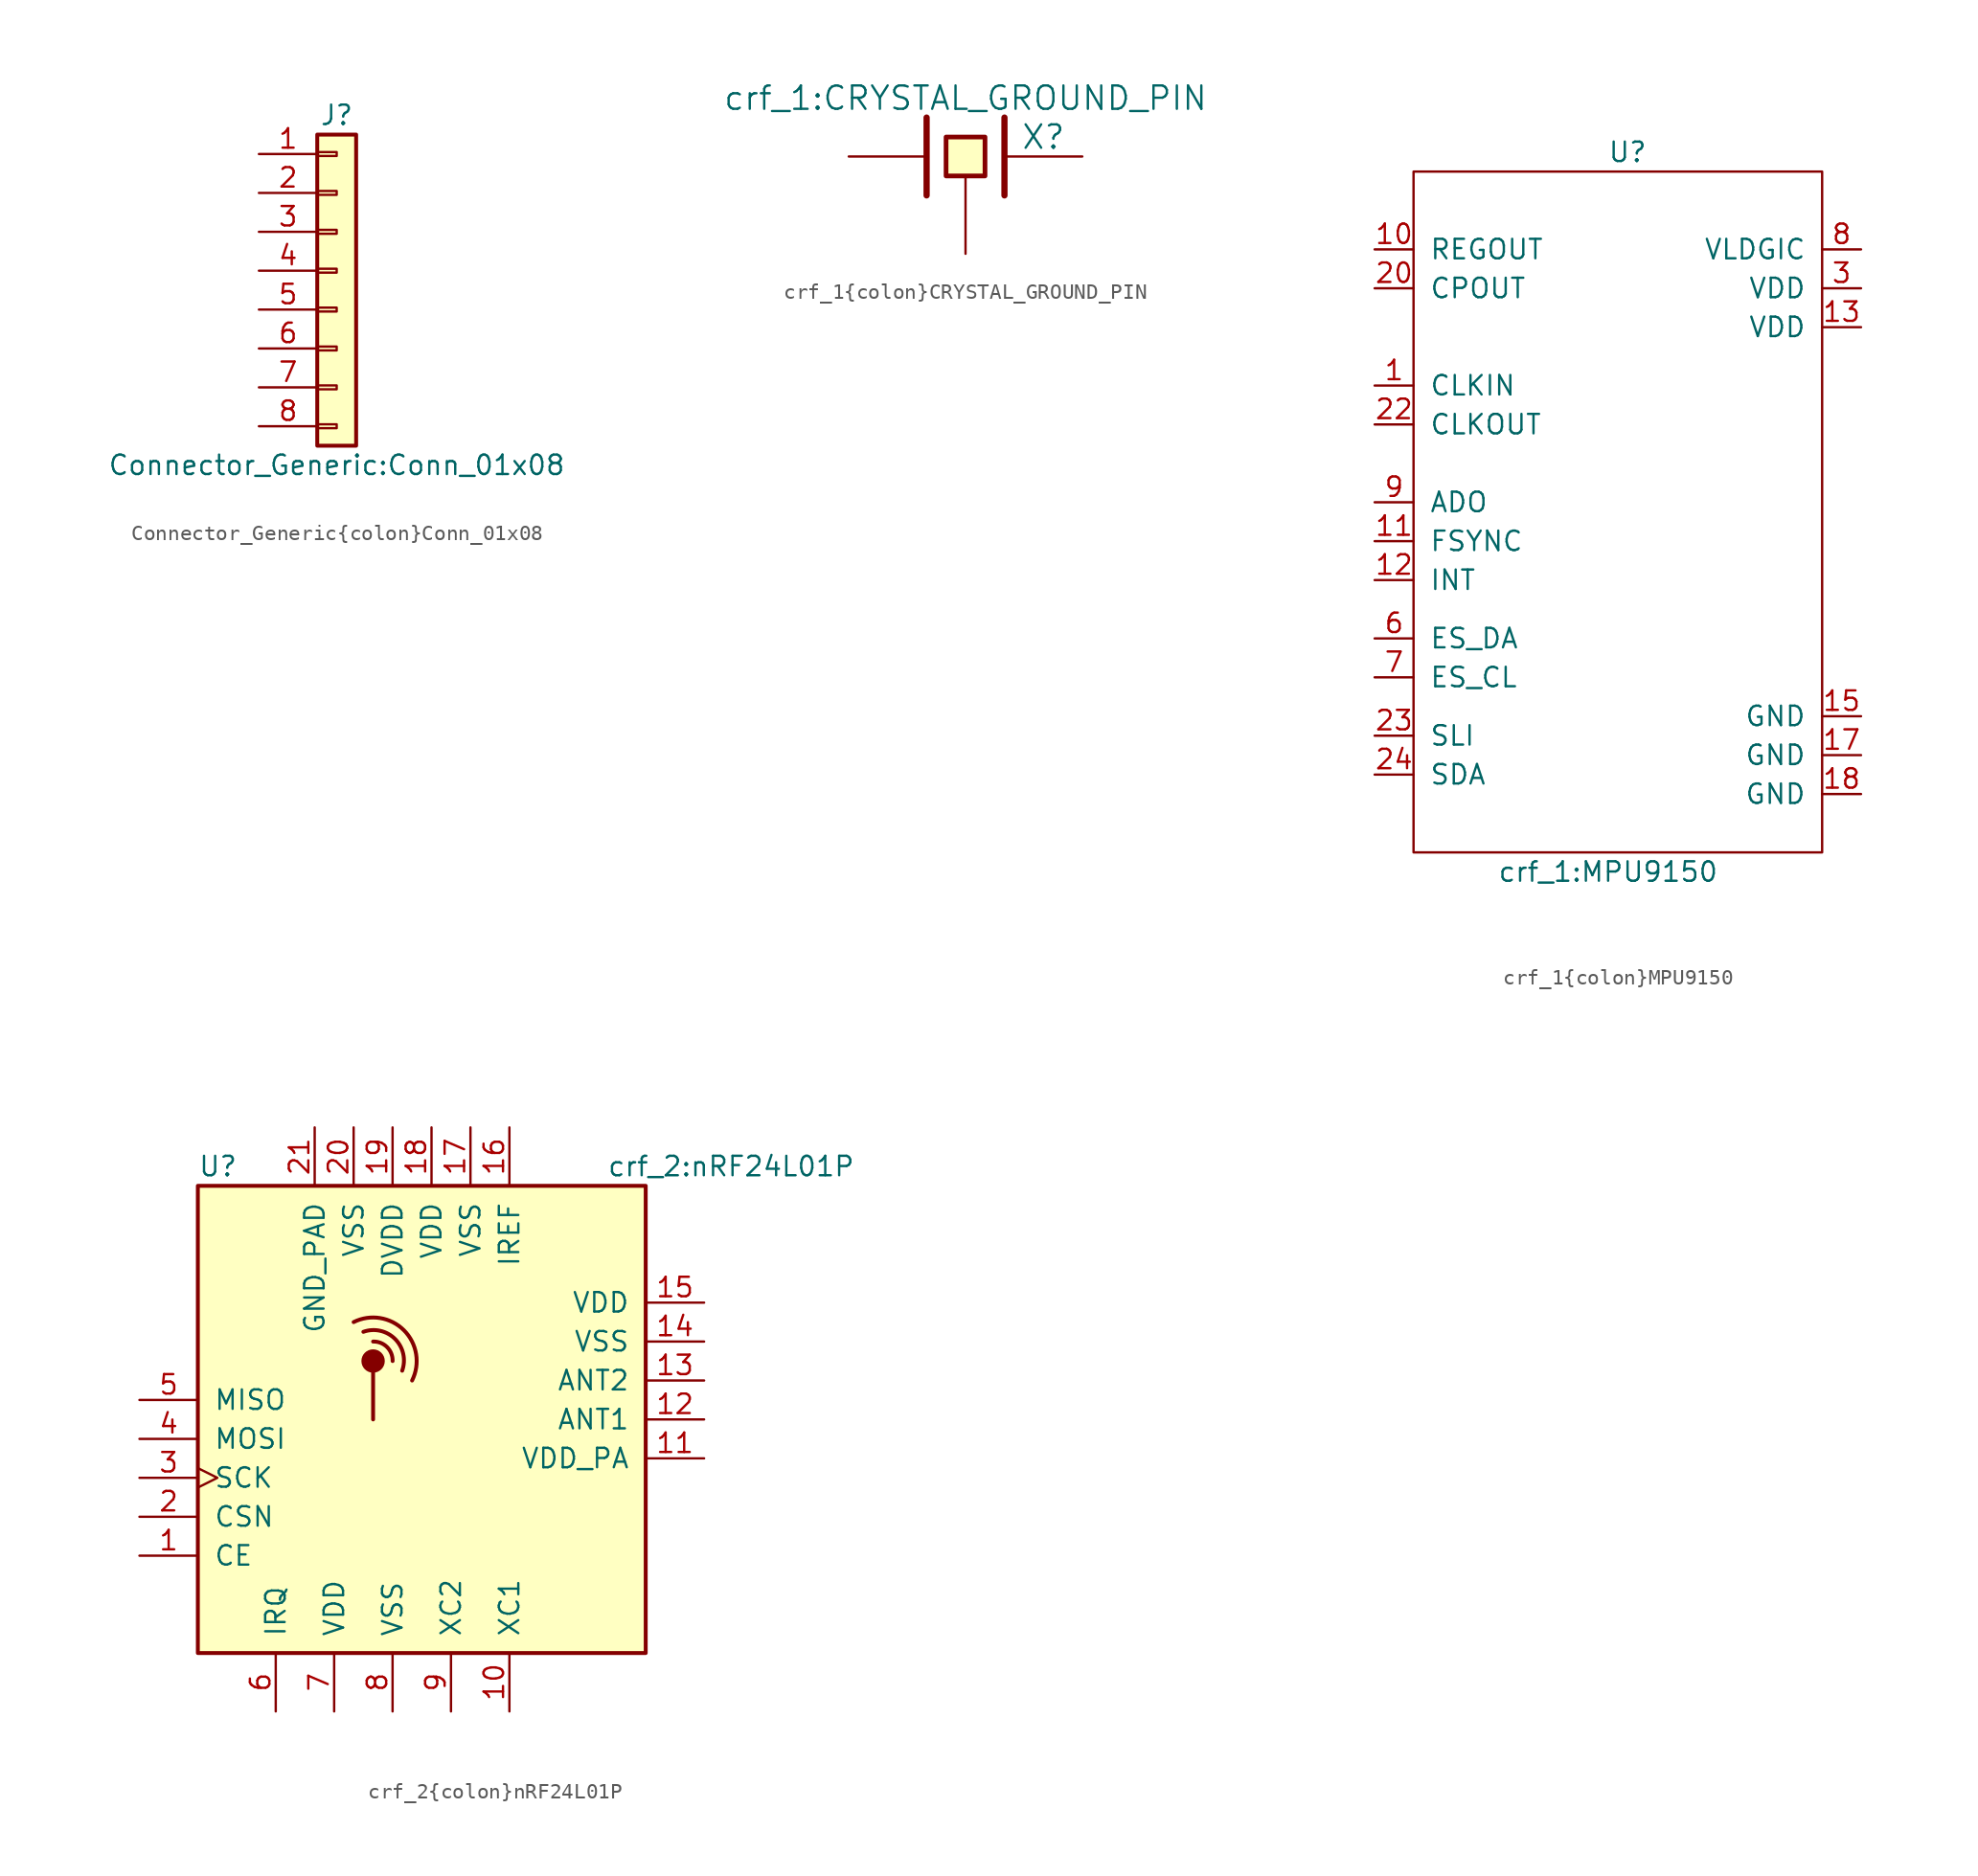
<source format=kicad_sym>
(kicad_symbol_lib
  (version 20231120)
  (generator "kicad_symbol_editor")
  (generator_version "8.0")
  (symbol "Connector_Generic{colon}Conn_01x08"
    (pin_names
      (offset 1.016) hide)
    (property "Reference" "J"
      (at 0 10.16 0)
      (effects (font (size 1.27 1.27))))
    (property "Value" "Connector_Generic:Conn_01x08"
      (at 0 -12.7 0)
      (effects (font (size 1.27 1.27))))
    (symbol "Connector_Generic{colon}Conn_01x08_1_1"
      (rectangle (start -1.27 -10.033) (end 0 -10.287) (stroke (width 0.152) (type solid)) (fill (type none)))
      (rectangle (start -1.27 -7.493) (end 0 -7.747) (stroke (width 0.152) (type solid)) (fill (type none)))
      (rectangle (start -1.27 -4.953) (end 0 -5.207) (stroke (width 0.152) (type solid)) (fill (type none)))
      (rectangle (start -1.27 -2.413) (end 0 -2.667) (stroke (width 0.152) (type solid)) (fill (type none)))
      (rectangle (start -1.27 0.127) (end 0 -0.127) (stroke (width 0.152) (type solid)) (fill (type none)))
      (rectangle (start -1.27 2.667) (end 0 2.413) (stroke (width 0.152) (type solid)) (fill (type none)))
      (rectangle (start -1.27 5.207) (end 0 4.953) (stroke (width 0.152) (type solid)) (fill (type none)))
      (rectangle (start -1.27 7.747) (end 0 7.493) (stroke (width 0.152) (type solid)) (fill (type none)))
      (rectangle (start -1.27 8.89) (end 1.27 -11.43) (stroke (width 0.254) (type solid)) (fill (type background)))
      (pin passive line (at -5.08 7.62 0) (length 3.81) (name "Pin_1" (effects (font (size 1.27 1.27)))) (number "1" (effects (font (size 1.27 1.27)))))
      (pin passive line (at -5.08 5.08 0) (length 3.81) (name "Pin_2" (effects (font (size 1.27 1.27)))) (number "2" (effects (font (size 1.27 1.27)))))
      (pin passive line (at -5.08 2.54 0) (length 3.81) (name "Pin_3" (effects (font (size 1.27 1.27)))) (number "3" (effects (font (size 1.27 1.27)))))
      (pin passive line (at -5.08 0 0) (length 3.81) (name "Pin_4" (effects (font (size 1.27 1.27)))) (number "4" (effects (font (size 1.27 1.27)))))
      (pin passive line (at -5.08 -2.54 0) (length 3.81) (name "Pin_5" (effects (font (size 1.27 1.27)))) (number "5" (effects (font (size 1.27 1.27)))))
      (pin passive line (at -5.08 -5.08 0) (length 3.81) (name "Pin_6" (effects (font (size 1.27 1.27)))) (number "6" (effects (font (size 1.27 1.27)))))
      (pin passive line (at -5.08 -7.62 0) (length 3.81) (name "Pin_7" (effects (font (size 1.27 1.27)))) (number "7" (effects (font (size 1.27 1.27)))))
      (pin passive line (at -5.08 -10.16 0) (length 3.81) (name "Pin_8" (effects (font (size 1.27 1.27)))) (number "8" (effects (font (size 1.27 1.27)))))))
  (symbol "crf_1{colon}CRYSTAL_GROUND_PIN"
    (pin_numbers hide)
    (pin_names
      (offset 1.016) hide)
    (property "Reference" "X"
      (at 5.08 1.27 0)
      (effects (font (size 1.524 1.524))))
    (property "Value" "crf_1:CRYSTAL_GROUND_PIN"
      (at 0 3.81 0)
      (effects (font (size 1.524 1.524))))
    (property "Footprint" ""
      (at 0 0 0)
      (effects (font (size 1.524 1.524))))
    (property "Datasheet" ""
      (at 0 0 0)
      (effects (font (size 1.524 1.524))))
    (symbol "crf_1{colon}CRYSTAL_GROUND_PIN_0_1"
      (polyline (pts (xy -2.54 2.54) (xy -2.54 -2.54)) (stroke (width 0.406) (type solid)) (fill (type none)))
      (polyline (pts (xy 2.54 2.54) (xy 2.54 -2.54)) (stroke (width 0.406) (type solid)) (fill (type none)))
      (polyline (pts (xy -1.27 1.27) (xy 1.27 1.27) (xy 1.27 -1.27) (xy -1.27 -1.27) (xy -1.27 1.27)) (stroke (width 0.305) (type solid)) (fill (type background))))
    (symbol "crf_1{colon}CRYSTAL_GROUND_PIN_1_1"
      (pin passive line (at -7.62 0 0) (length 5.08) (name "1" (effects (font (size 1.016 1.016)))) (number "1" (effects (font (size 1.016 1.016)))))
      (pin passive line (at 7.62 0 180) (length 5.08) (name "2" (effects (font (size 1.016 1.016)))) (number "2" (effects (font (size 1.016 1.016)))))
      (pin passive line (at 0 -6.35 90) (length 5.08) (name "GND" (effects (font (size 1.016 1.016)))) (number "3" (effects (font (size 1.016 1.016)))))))
  (symbol "crf_1{colon}MPU9150"
    (pin_names
      (offset 1.016))
    (property "Reference" "U"
      (at 0 22.86 0)
      (effects (font (size 1.27 1.27))))
    (property "Value" "crf_1:MPU9150"
      (at -1.27 -24.13 0)
      (effects (font (size 1.27 1.27))))
    (symbol "crf_1{colon}MPU9150_0_1"
      (rectangle (start -13.97 21.59) (end 12.7 -22.86) (stroke (width 0) (type solid)) (fill (type none))))
    (symbol "crf_1{colon}MPU9150_1_1"
      (pin input line (at -16.51 7.62 0) (length 2.54) (name "CLKIN" (effects (font (size 1.27 1.27)))) (number "1" (effects (font (size 1.27 1.27)))))
      (pin input line (at -16.51 16.51 0) (length 2.54) (name "REGOUT" (effects (font (size 1.27 1.27)))) (number "10" (effects (font (size 1.27 1.27)))))
      (pin input line (at -16.51 -2.54 0) (length 2.54) (name "FSYNC" (effects (font (size 1.27 1.27)))) (number "11" (effects (font (size 1.27 1.27)))))
      (pin input line (at -16.51 -5.08 0) (length 2.54) (name "INT" (effects (font (size 1.27 1.27)))) (number "12" (effects (font (size 1.27 1.27)))))
      (pin input line (at 15.24 11.43 180) (length 2.54) (name "VDD" (effects (font (size 1.27 1.27)))) (number "13" (effects (font (size 1.27 1.27)))))
      (pin input line (at 15.24 -13.97 180) (length 2.54) (name "GND" (effects (font (size 1.27 1.27)))) (number "15" (effects (font (size 1.27 1.27)))))
      (pin input line (at 15.24 -16.51 180) (length 2.54) (name "GND" (effects (font (size 1.27 1.27)))) (number "17" (effects (font (size 1.27 1.27)))))
      (pin input line (at 15.24 -19.05 180) (length 2.54) (name "GND" (effects (font (size 1.27 1.27)))) (number "18" (effects (font (size 1.27 1.27)))))
      (pin input line (at -16.51 13.97 0) (length 2.54) (name "CPOUT" (effects (font (size 1.27 1.27)))) (number "20" (effects (font (size 1.27 1.27)))))
      (pin input line (at -16.51 5.08 0) (length 2.54) (name "CLKOUT" (effects (font (size 1.27 1.27)))) (number "22" (effects (font (size 1.27 1.27)))))
      (pin input line (at -16.51 -15.24 0) (length 2.54) (name "SLI" (effects (font (size 1.27 1.27)))) (number "23" (effects (font (size 1.27 1.27)))))
      (pin input line (at -16.51 -17.78 0) (length 2.54) (name "SDA" (effects (font (size 1.27 1.27)))) (number "24" (effects (font (size 1.27 1.27)))))
      (pin input line (at 15.24 13.97 180) (length 2.54) (name "VDD" (effects (font (size 1.27 1.27)))) (number "3" (effects (font (size 1.27 1.27)))))
      (pin input line (at -16.51 -8.89 0) (length 2.54) (name "ES_DA" (effects (font (size 1.27 1.27)))) (number "6" (effects (font (size 1.27 1.27)))))
      (pin input line (at -16.51 -11.43 0) (length 2.54) (name "ES_CL" (effects (font (size 1.27 1.27)))) (number "7" (effects (font (size 1.27 1.27)))))
      (pin input line (at 15.24 16.51 180) (length 2.54) (name "VLDGIC" (effects (font (size 1.27 1.27)))) (number "8" (effects (font (size 1.27 1.27)))))
      (pin input line (at -16.51 0 0) (length 2.54) (name "ADO" (effects (font (size 1.27 1.27)))) (number "9" (effects (font (size 1.27 1.27)))))))
  (symbol "crf_2{colon}nRF24L01P"
    (pin_names
      (offset 1.016))
    (property "Reference" "U"
      (at -11.43 17.78 0)
      (effects (font (size 1.27 1.27)) (justify left)))
    (property "Value" "crf_2:nRF24L01P"
      (at 15.24 17.78 0)
      (effects (font (size 1.27 1.27)) (justify left)))
    (symbol "crf_2{colon}nRF24L01P_0_1"
      (rectangle (start -11.43 16.51) (end 17.78 -13.97) (stroke (width 0.254) (type solid)) (fill (type background)))
      (polyline (pts (xy 0 4.445) (xy 0 1.27)) (stroke (width 0.254) (type solid)) (fill (type none)))
      (circle (center 0 5.08) (radius 0.635) (stroke (width 0.254) (type solid)) (fill (type outline)))
      (arc (start 1.27 5.08) (mid 0.9071 5.9946) (end 0 6.35) (stroke (width 0.254) (type solid)) (fill (type none)))
      (arc (start 1.905 4.445) (mid 1.4313 6.5254) (end -0.635 6.985) (stroke (width 0.254) (type solid)) (fill (type none)))
      (arc (start 2.54 3.81) (mid 2.008 7.088) (end -1.27 7.62) (stroke (width 0.254) (type solid)) (fill (type none)))
      (rectangle (start 11.43 -13.97) (end 11.43 -13.97) (stroke (width 0) (type solid)) (fill (type none))))
    (symbol "crf_2{colon}nRF24L01P_1_1"
      (pin input line (at -15.24 -7.62 0) (length 3.81) (name "CE" (effects (font (size 1.27 1.27)))) (number "1" (effects (font (size 1.27 1.27)))))
      (pin passive line (at 8.89 -17.78 90) (length 3.81) (name "XC1" (effects (font (size 1.27 1.27)))) (number "10" (effects (font (size 1.27 1.27)))))
      (pin power_out line (at 21.59 -1.27 180) (length 3.81) (name "VDD_PA" (effects (font (size 1.27 1.27)))) (number "11" (effects (font (size 1.27 1.27)))))
      (pin passive line (at 21.59 1.27 180) (length 3.81) (name "ANT1" (effects (font (size 1.27 1.27)))) (number "12" (effects (font (size 1.27 1.27)))))
      (pin passive line (at 21.59 3.81 180) (length 3.81) (name "ANT2" (effects (font (size 1.27 1.27)))) (number "13" (effects (font (size 1.27 1.27)))))
      (pin power_in line (at 21.59 6.35 180) (length 3.81) (name "VSS" (effects (font (size 1.27 1.27)))) (number "14" (effects (font (size 1.27 1.27)))))
      (pin power_in line (at 21.59 8.89 180) (length 3.81) (name "VDD" (effects (font (size 1.27 1.27)))) (number "15" (effects (font (size 1.27 1.27)))))
      (pin passive line (at 8.89 20.32 270) (length 3.81) (name "IREF" (effects (font (size 1.27 1.27)))) (number "16" (effects (font (size 1.27 1.27)))))
      (pin power_in line (at 6.35 20.32 270) (length 3.81) (name "VSS" (effects (font (size 1.27 1.27)))) (number "17" (effects (font (size 1.27 1.27)))))
      (pin power_in line (at 3.81 20.32 270) (length 3.81) (name "VDD" (effects (font (size 1.27 1.27)))) (number "18" (effects (font (size 1.27 1.27)))))
      (pin power_out line (at 1.27 20.32 270) (length 3.81) (name "DVDD" (effects (font (size 1.27 1.27)))) (number "19" (effects (font (size 1.27 1.27)))))
      (pin input line (at -15.24 -5.08 0) (length 3.81) (name "CSN" (effects (font (size 1.27 1.27)))) (number "2" (effects (font (size 1.27 1.27)))))
      (pin power_in line (at -1.27 20.32 270) (length 3.81) (name "VSS" (effects (font (size 1.27 1.27)))) (number "20" (effects (font (size 1.27 1.27)))))
      (pin input line (at -3.81 20.32 270) (length 3.81) (name "GND_PAD" (effects (font (size 1.27 1.27)))) (number "21" (effects (font (size 1.27 1.27)))))
      (pin input clock (at -15.24 -2.54 0) (length 3.81) (name "SCK" (effects (font (size 1.27 1.27)))) (number "3" (effects (font (size 1.27 1.27)))))
      (pin input line (at -15.24 0 0) (length 3.81) (name "MOSI" (effects (font (size 1.27 1.27)))) (number "4" (effects (font (size 1.27 1.27)))))
      (pin output line (at -15.24 2.54 0) (length 3.81) (name "MISO" (effects (font (size 1.27 1.27)))) (number "5" (effects (font (size 1.27 1.27)))))
      (pin output line (at -6.35 -17.78 90) (length 3.81) (name "IRQ" (effects (font (size 1.27 1.27)))) (number "6" (effects (font (size 1.27 1.27)))))
      (pin power_in line (at -2.54 -17.78 90) (length 3.81) (name "VDD" (effects (font (size 1.27 1.27)))) (number "7" (effects (font (size 1.27 1.27)))))
      (pin power_in line (at 1.27 -17.78 90) (length 3.81) (name "VSS" (effects (font (size 1.27 1.27)))) (number "8" (effects (font (size 1.27 1.27)))))
      (pin passive line (at 5.08 -17.78 90) (length 3.81) (name "XC2" (effects (font (size 1.27 1.27)))) (number "9" (effects (font (size 1.27 1.27))))))))
</source>
